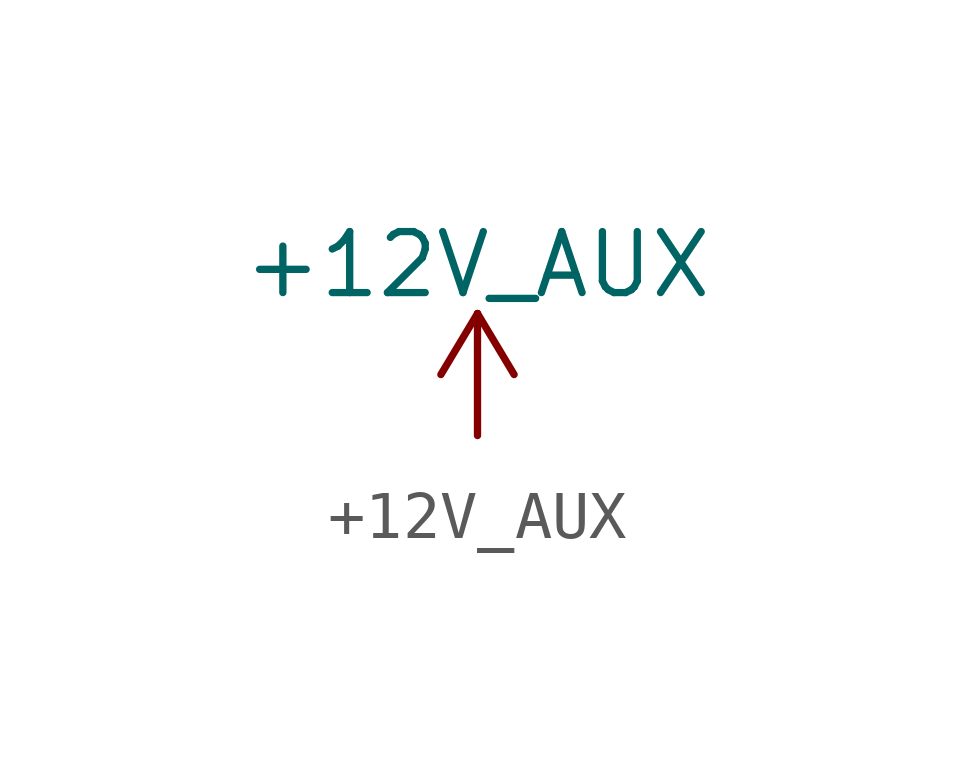
<source format=kicad_sym>
(kicad_symbol_lib
  (version 20211014)
  (generator kicad_symbol_editor)
  (symbol "+12V_AUX"
    (power)
    (pin_names
      (offset 0))
    (property "Reference" "#PWR"
      (at 0 -3.81 0)
      (effects (font (size 1.27 1.27)) hide))
    (property "Value" "+12V_AUX"
      (at 0 3.556 0)
      (effects (font (size 1.27 1.27))))
    (symbol "+12V_AUX_0_1"
      (polyline (pts (xy -0.762 1.27) (xy 0 2.54)) (stroke (width 0) (type default) (color 0 0 0 0)) (fill (type none)))
      (polyline (pts (xy 0 0) (xy 0 2.54)) (stroke (width 0) (type default) (color 0 0 0 0)) (fill (type none)))
      (polyline (pts (xy 0 2.54) (xy 0.762 1.27)) (stroke (width 0) (type default) (color 0 0 0 0)) (fill (type none))))
    (symbol "+12V_AUX_1_1"
      (pin power_in line (at 0 0 90) (length 0) hide (name "+12V_AUX" (effects (font (size 1.27 1.27)))) (number "1" (effects (font (size 1.27 1.27))))))))
</source>
